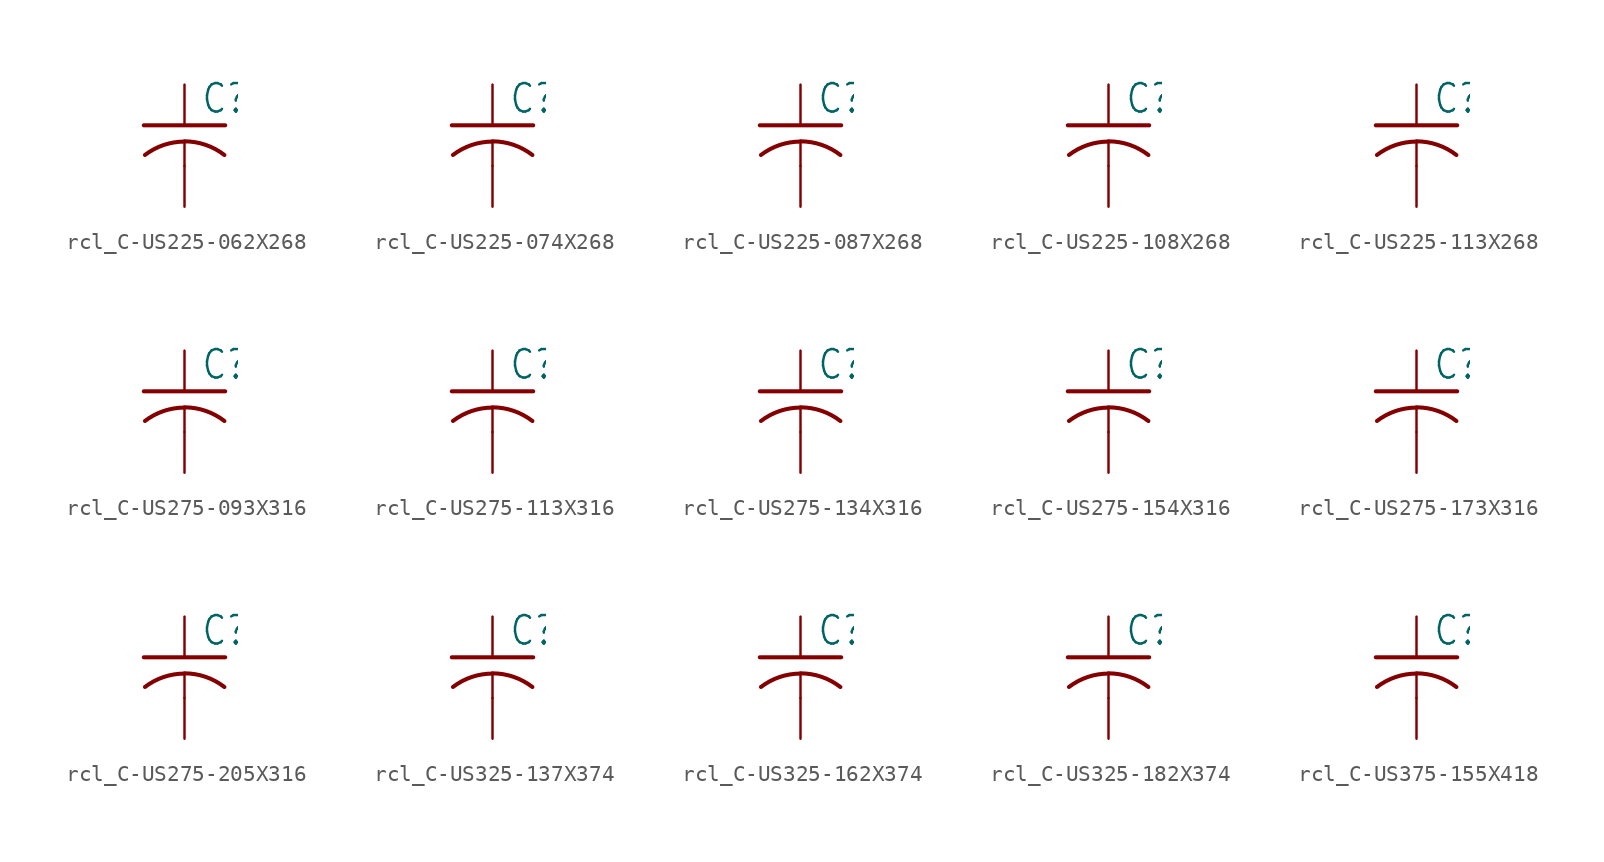
<source format=kicad_sym>
(kicad_symbol_lib
  (version 20231120)
  (generator "kicad_symbol_editor")
  (generator_version "8.0")
  (symbol "rcl_C-US225-062X268"
    (property "Reference" "C"
      (at 1.016 0.635 0)
      (effects (font (size 1.778 1.511)) (justify left bottom)))
    (property "Value" ""
      (at 1.016 -4.191 0)
      (effects (font (size 1.778 1.511)) (justify left bottom)))
    (property "ki_locked" ""
      (at 0 0 0)
      (effects (font (size 1.27 1.27))))
    (symbol "rcl_C-US225-062X268_1_0"
      (arc (start 0 -1.0161) (mid -1.302 -1.2303) (end -2.4668 -1.8504) (stroke (width 0.254) (type solid)) (fill (type none)))
      (polyline (pts (xy -2.54 0) (xy 2.54 0)) (stroke (width 0.254) (type solid)) (fill (type none)))
      (polyline (pts (xy 0 -1.016) (xy 0 -2.54)) (stroke (width 0.152) (type solid)) (fill (type none)))
      (arc (start 2.4892 -1.8541) (mid 1.3158 -1.2194) (end 0 -1) (stroke (width 0.254) (type solid)) (fill (type none)))
      (pin passive line (at 0 2.54 270) (length 2.54) (name "1" (effects (font (size 0 0)))) (number "1" (effects (font (size 0 0)))))
      (pin passive line (at 0 -5.08 90) (length 2.54) (name "2" (effects (font (size 0 0)))) (number "2" (effects (font (size 0 0)))))))
  (symbol "rcl_C-US225-074X268"
    (property "Reference" "C"
      (at 1.016 0.635 0)
      (effects (font (size 1.778 1.511)) (justify left bottom)))
    (property "Value" ""
      (at 1.016 -4.191 0)
      (effects (font (size 1.778 1.511)) (justify left bottom)))
    (property "ki_locked" ""
      (at 0 0 0)
      (effects (font (size 1.27 1.27))))
    (symbol "rcl_C-US225-074X268_1_0"
      (arc (start 0 -1.0161) (mid -1.302 -1.2303) (end -2.4668 -1.8504) (stroke (width 0.254) (type solid)) (fill (type none)))
      (polyline (pts (xy -2.54 0) (xy 2.54 0)) (stroke (width 0.254) (type solid)) (fill (type none)))
      (polyline (pts (xy 0 -1.016) (xy 0 -2.54)) (stroke (width 0.152) (type solid)) (fill (type none)))
      (arc (start 2.4892 -1.8541) (mid 1.3158 -1.2194) (end 0 -1) (stroke (width 0.254) (type solid)) (fill (type none)))
      (pin passive line (at 0 2.54 270) (length 2.54) (name "1" (effects (font (size 0 0)))) (number "1" (effects (font (size 0 0)))))
      (pin passive line (at 0 -5.08 90) (length 2.54) (name "2" (effects (font (size 0 0)))) (number "2" (effects (font (size 0 0)))))))
  (symbol "rcl_C-US225-087X268"
    (property "Reference" "C"
      (at 1.016 0.635 0)
      (effects (font (size 1.778 1.511)) (justify left bottom)))
    (property "Value" ""
      (at 1.016 -4.191 0)
      (effects (font (size 1.778 1.511)) (justify left bottom)))
    (property "ki_locked" ""
      (at 0 0 0)
      (effects (font (size 1.27 1.27))))
    (symbol "rcl_C-US225-087X268_1_0"
      (arc (start 0 -1.0161) (mid -1.302 -1.2303) (end -2.4668 -1.8504) (stroke (width 0.254) (type solid)) (fill (type none)))
      (polyline (pts (xy -2.54 0) (xy 2.54 0)) (stroke (width 0.254) (type solid)) (fill (type none)))
      (polyline (pts (xy 0 -1.016) (xy 0 -2.54)) (stroke (width 0.152) (type solid)) (fill (type none)))
      (arc (start 2.4892 -1.8541) (mid 1.3158 -1.2194) (end 0 -1) (stroke (width 0.254) (type solid)) (fill (type none)))
      (pin passive line (at 0 2.54 270) (length 2.54) (name "1" (effects (font (size 0 0)))) (number "1" (effects (font (size 0 0)))))
      (pin passive line (at 0 -5.08 90) (length 2.54) (name "2" (effects (font (size 0 0)))) (number "2" (effects (font (size 0 0)))))))
  (symbol "rcl_C-US225-108X268"
    (property "Reference" "C"
      (at 1.016 0.635 0)
      (effects (font (size 1.778 1.511)) (justify left bottom)))
    (property "Value" ""
      (at 1.016 -4.191 0)
      (effects (font (size 1.778 1.511)) (justify left bottom)))
    (property "ki_locked" ""
      (at 0 0 0)
      (effects (font (size 1.27 1.27))))
    (symbol "rcl_C-US225-108X268_1_0"
      (arc (start 0 -1.0161) (mid -1.302 -1.2303) (end -2.4668 -1.8504) (stroke (width 0.254) (type solid)) (fill (type none)))
      (polyline (pts (xy -2.54 0) (xy 2.54 0)) (stroke (width 0.254) (type solid)) (fill (type none)))
      (polyline (pts (xy 0 -1.016) (xy 0 -2.54)) (stroke (width 0.152) (type solid)) (fill (type none)))
      (arc (start 2.4892 -1.8541) (mid 1.3158 -1.2194) (end 0 -1) (stroke (width 0.254) (type solid)) (fill (type none)))
      (pin passive line (at 0 2.54 270) (length 2.54) (name "1" (effects (font (size 0 0)))) (number "1" (effects (font (size 0 0)))))
      (pin passive line (at 0 -5.08 90) (length 2.54) (name "2" (effects (font (size 0 0)))) (number "2" (effects (font (size 0 0)))))))
  (symbol "rcl_C-US225-113X268"
    (property "Reference" "C"
      (at 1.016 0.635 0)
      (effects (font (size 1.778 1.511)) (justify left bottom)))
    (property "Value" ""
      (at 1.016 -4.191 0)
      (effects (font (size 1.778 1.511)) (justify left bottom)))
    (property "ki_locked" ""
      (at 0 0 0)
      (effects (font (size 1.27 1.27))))
    (symbol "rcl_C-US225-113X268_1_0"
      (arc (start 0 -1.0161) (mid -1.302 -1.2303) (end -2.4668 -1.8504) (stroke (width 0.254) (type solid)) (fill (type none)))
      (polyline (pts (xy -2.54 0) (xy 2.54 0)) (stroke (width 0.254) (type solid)) (fill (type none)))
      (polyline (pts (xy 0 -1.016) (xy 0 -2.54)) (stroke (width 0.152) (type solid)) (fill (type none)))
      (arc (start 2.4892 -1.8541) (mid 1.3158 -1.2194) (end 0 -1) (stroke (width 0.254) (type solid)) (fill (type none)))
      (pin passive line (at 0 2.54 270) (length 2.54) (name "1" (effects (font (size 0 0)))) (number "1" (effects (font (size 0 0)))))
      (pin passive line (at 0 -5.08 90) (length 2.54) (name "2" (effects (font (size 0 0)))) (number "2" (effects (font (size 0 0)))))))
  (symbol "rcl_C-US275-093X316"
    (property "Reference" "C"
      (at 1.016 0.635 0)
      (effects (font (size 1.778 1.511)) (justify left bottom)))
    (property "Value" ""
      (at 1.016 -4.191 0)
      (effects (font (size 1.778 1.511)) (justify left bottom)))
    (property "ki_locked" ""
      (at 0 0 0)
      (effects (font (size 1.27 1.27))))
    (symbol "rcl_C-US275-093X316_1_0"
      (arc (start 0 -1.0161) (mid -1.302 -1.2303) (end -2.4668 -1.8504) (stroke (width 0.254) (type solid)) (fill (type none)))
      (polyline (pts (xy -2.54 0) (xy 2.54 0)) (stroke (width 0.254) (type solid)) (fill (type none)))
      (polyline (pts (xy 0 -1.016) (xy 0 -2.54)) (stroke (width 0.152) (type solid)) (fill (type none)))
      (arc (start 2.4892 -1.8541) (mid 1.3158 -1.2194) (end 0 -1) (stroke (width 0.254) (type solid)) (fill (type none)))
      (pin passive line (at 0 2.54 270) (length 2.54) (name "1" (effects (font (size 0 0)))) (number "1" (effects (font (size 0 0)))))
      (pin passive line (at 0 -5.08 90) (length 2.54) (name "2" (effects (font (size 0 0)))) (number "2" (effects (font (size 0 0)))))))
  (symbol "rcl_C-US275-113X316"
    (property "Reference" "C"
      (at 1.016 0.635 0)
      (effects (font (size 1.778 1.511)) (justify left bottom)))
    (property "Value" ""
      (at 1.016 -4.191 0)
      (effects (font (size 1.778 1.511)) (justify left bottom)))
    (property "ki_locked" ""
      (at 0 0 0)
      (effects (font (size 1.27 1.27))))
    (symbol "rcl_C-US275-113X316_1_0"
      (arc (start 0 -1.0161) (mid -1.302 -1.2303) (end -2.4668 -1.8504) (stroke (width 0.254) (type solid)) (fill (type none)))
      (polyline (pts (xy -2.54 0) (xy 2.54 0)) (stroke (width 0.254) (type solid)) (fill (type none)))
      (polyline (pts (xy 0 -1.016) (xy 0 -2.54)) (stroke (width 0.152) (type solid)) (fill (type none)))
      (arc (start 2.4892 -1.8541) (mid 1.3158 -1.2194) (end 0 -1) (stroke (width 0.254) (type solid)) (fill (type none)))
      (pin passive line (at 0 2.54 270) (length 2.54) (name "1" (effects (font (size 0 0)))) (number "1" (effects (font (size 0 0)))))
      (pin passive line (at 0 -5.08 90) (length 2.54) (name "2" (effects (font (size 0 0)))) (number "2" (effects (font (size 0 0)))))))
  (symbol "rcl_C-US275-134X316"
    (property "Reference" "C"
      (at 1.016 0.635 0)
      (effects (font (size 1.778 1.511)) (justify left bottom)))
    (property "Value" ""
      (at 1.016 -4.191 0)
      (effects (font (size 1.778 1.511)) (justify left bottom)))
    (property "ki_locked" ""
      (at 0 0 0)
      (effects (font (size 1.27 1.27))))
    (symbol "rcl_C-US275-134X316_1_0"
      (arc (start 0 -1.0161) (mid -1.302 -1.2303) (end -2.4668 -1.8504) (stroke (width 0.254) (type solid)) (fill (type none)))
      (polyline (pts (xy -2.54 0) (xy 2.54 0)) (stroke (width 0.254) (type solid)) (fill (type none)))
      (polyline (pts (xy 0 -1.016) (xy 0 -2.54)) (stroke (width 0.152) (type solid)) (fill (type none)))
      (arc (start 2.4892 -1.8541) (mid 1.3158 -1.2194) (end 0 -1) (stroke (width 0.254) (type solid)) (fill (type none)))
      (pin passive line (at 0 2.54 270) (length 2.54) (name "1" (effects (font (size 0 0)))) (number "1" (effects (font (size 0 0)))))
      (pin passive line (at 0 -5.08 90) (length 2.54) (name "2" (effects (font (size 0 0)))) (number "2" (effects (font (size 0 0)))))))
  (symbol "rcl_C-US275-154X316"
    (property "Reference" "C"
      (at 1.016 0.635 0)
      (effects (font (size 1.778 1.511)) (justify left bottom)))
    (property "Value" ""
      (at 1.016 -4.191 0)
      (effects (font (size 1.778 1.511)) (justify left bottom)))
    (property "ki_locked" ""
      (at 0 0 0)
      (effects (font (size 1.27 1.27))))
    (symbol "rcl_C-US275-154X316_1_0"
      (arc (start 0 -1.0161) (mid -1.302 -1.2303) (end -2.4668 -1.8504) (stroke (width 0.254) (type solid)) (fill (type none)))
      (polyline (pts (xy -2.54 0) (xy 2.54 0)) (stroke (width 0.254) (type solid)) (fill (type none)))
      (polyline (pts (xy 0 -1.016) (xy 0 -2.54)) (stroke (width 0.152) (type solid)) (fill (type none)))
      (arc (start 2.4892 -1.8541) (mid 1.3158 -1.2194) (end 0 -1) (stroke (width 0.254) (type solid)) (fill (type none)))
      (pin passive line (at 0 2.54 270) (length 2.54) (name "1" (effects (font (size 0 0)))) (number "1" (effects (font (size 0 0)))))
      (pin passive line (at 0 -5.08 90) (length 2.54) (name "2" (effects (font (size 0 0)))) (number "2" (effects (font (size 0 0)))))))
  (symbol "rcl_C-US275-173X316"
    (property "Reference" "C"
      (at 1.016 0.635 0)
      (effects (font (size 1.778 1.511)) (justify left bottom)))
    (property "Value" ""
      (at 1.016 -4.191 0)
      (effects (font (size 1.778 1.511)) (justify left bottom)))
    (property "ki_locked" ""
      (at 0 0 0)
      (effects (font (size 1.27 1.27))))
    (symbol "rcl_C-US275-173X316_1_0"
      (arc (start 0 -1.0161) (mid -1.302 -1.2303) (end -2.4668 -1.8504) (stroke (width 0.254) (type solid)) (fill (type none)))
      (polyline (pts (xy -2.54 0) (xy 2.54 0)) (stroke (width 0.254) (type solid)) (fill (type none)))
      (polyline (pts (xy 0 -1.016) (xy 0 -2.54)) (stroke (width 0.152) (type solid)) (fill (type none)))
      (arc (start 2.4892 -1.8541) (mid 1.3158 -1.2194) (end 0 -1) (stroke (width 0.254) (type solid)) (fill (type none)))
      (pin passive line (at 0 2.54 270) (length 2.54) (name "1" (effects (font (size 0 0)))) (number "1" (effects (font (size 0 0)))))
      (pin passive line (at 0 -5.08 90) (length 2.54) (name "2" (effects (font (size 0 0)))) (number "2" (effects (font (size 0 0)))))))
  (symbol "rcl_C-US275-205X316"
    (property "Reference" "C"
      (at 1.016 0.635 0)
      (effects (font (size 1.778 1.511)) (justify left bottom)))
    (property "Value" ""
      (at 1.016 -4.191 0)
      (effects (font (size 1.778 1.511)) (justify left bottom)))
    (property "ki_locked" ""
      (at 0 0 0)
      (effects (font (size 1.27 1.27))))
    (symbol "rcl_C-US275-205X316_1_0"
      (arc (start 0 -1.0161) (mid -1.302 -1.2303) (end -2.4668 -1.8504) (stroke (width 0.254) (type solid)) (fill (type none)))
      (polyline (pts (xy -2.54 0) (xy 2.54 0)) (stroke (width 0.254) (type solid)) (fill (type none)))
      (polyline (pts (xy 0 -1.016) (xy 0 -2.54)) (stroke (width 0.152) (type solid)) (fill (type none)))
      (arc (start 2.4892 -1.8541) (mid 1.3158 -1.2194) (end 0 -1) (stroke (width 0.254) (type solid)) (fill (type none)))
      (pin passive line (at 0 2.54 270) (length 2.54) (name "1" (effects (font (size 0 0)))) (number "1" (effects (font (size 0 0)))))
      (pin passive line (at 0 -5.08 90) (length 2.54) (name "2" (effects (font (size 0 0)))) (number "2" (effects (font (size 0 0)))))))
  (symbol "rcl_C-US325-137X374"
    (property "Reference" "C"
      (at 1.016 0.635 0)
      (effects (font (size 1.778 1.511)) (justify left bottom)))
    (property "Value" ""
      (at 1.016 -4.191 0)
      (effects (font (size 1.778 1.511)) (justify left bottom)))
    (property "ki_locked" ""
      (at 0 0 0)
      (effects (font (size 1.27 1.27))))
    (symbol "rcl_C-US325-137X374_1_0"
      (arc (start 0 -1.0161) (mid -1.302 -1.2303) (end -2.4668 -1.8504) (stroke (width 0.254) (type solid)) (fill (type none)))
      (polyline (pts (xy -2.54 0) (xy 2.54 0)) (stroke (width 0.254) (type solid)) (fill (type none)))
      (polyline (pts (xy 0 -1.016) (xy 0 -2.54)) (stroke (width 0.152) (type solid)) (fill (type none)))
      (arc (start 2.4892 -1.8541) (mid 1.3158 -1.2194) (end 0 -1) (stroke (width 0.254) (type solid)) (fill (type none)))
      (pin passive line (at 0 2.54 270) (length 2.54) (name "1" (effects (font (size 0 0)))) (number "1" (effects (font (size 0 0)))))
      (pin passive line (at 0 -5.08 90) (length 2.54) (name "2" (effects (font (size 0 0)))) (number "2" (effects (font (size 0 0)))))))
  (symbol "rcl_C-US325-162X374"
    (property "Reference" "C"
      (at 1.016 0.635 0)
      (effects (font (size 1.778 1.511)) (justify left bottom)))
    (property "Value" ""
      (at 1.016 -4.191 0)
      (effects (font (size 1.778 1.511)) (justify left bottom)))
    (property "ki_locked" ""
      (at 0 0 0)
      (effects (font (size 1.27 1.27))))
    (symbol "rcl_C-US325-162X374_1_0"
      (arc (start 0 -1.0161) (mid -1.302 -1.2303) (end -2.4668 -1.8504) (stroke (width 0.254) (type solid)) (fill (type none)))
      (polyline (pts (xy -2.54 0) (xy 2.54 0)) (stroke (width 0.254) (type solid)) (fill (type none)))
      (polyline (pts (xy 0 -1.016) (xy 0 -2.54)) (stroke (width 0.152) (type solid)) (fill (type none)))
      (arc (start 2.4892 -1.8541) (mid 1.3158 -1.2194) (end 0 -1) (stroke (width 0.254) (type solid)) (fill (type none)))
      (pin passive line (at 0 2.54 270) (length 2.54) (name "1" (effects (font (size 0 0)))) (number "1" (effects (font (size 0 0)))))
      (pin passive line (at 0 -5.08 90) (length 2.54) (name "2" (effects (font (size 0 0)))) (number "2" (effects (font (size 0 0)))))))
  (symbol "rcl_C-US325-182X374"
    (property "Reference" "C"
      (at 1.016 0.635 0)
      (effects (font (size 1.778 1.511)) (justify left bottom)))
    (property "Value" ""
      (at 1.016 -4.191 0)
      (effects (font (size 1.778 1.511)) (justify left bottom)))
    (property "ki_locked" ""
      (at 0 0 0)
      (effects (font (size 1.27 1.27))))
    (symbol "rcl_C-US325-182X374_1_0"
      (arc (start 0 -1.0161) (mid -1.302 -1.2303) (end -2.4668 -1.8504) (stroke (width 0.254) (type solid)) (fill (type none)))
      (polyline (pts (xy -2.54 0) (xy 2.54 0)) (stroke (width 0.254) (type solid)) (fill (type none)))
      (polyline (pts (xy 0 -1.016) (xy 0 -2.54)) (stroke (width 0.152) (type solid)) (fill (type none)))
      (arc (start 2.4892 -1.8541) (mid 1.3158 -1.2194) (end 0 -1) (stroke (width 0.254) (type solid)) (fill (type none)))
      (pin passive line (at 0 2.54 270) (length 2.54) (name "1" (effects (font (size 0 0)))) (number "1" (effects (font (size 0 0)))))
      (pin passive line (at 0 -5.08 90) (length 2.54) (name "2" (effects (font (size 0 0)))) (number "2" (effects (font (size 0 0)))))))
  (symbol "rcl_C-US375-155X418"
    (property "Reference" "C"
      (at 1.016 0.635 0)
      (effects (font (size 1.778 1.511)) (justify left bottom)))
    (property "Value" ""
      (at 1.016 -4.191 0)
      (effects (font (size 1.778 1.511)) (justify left bottom)))
    (property "ki_locked" ""
      (at 0 0 0)
      (effects (font (size 1.27 1.27))))
    (symbol "rcl_C-US375-155X418_1_0"
      (arc (start 0 -1.0161) (mid -1.302 -1.2303) (end -2.4668 -1.8504) (stroke (width 0.254) (type solid)) (fill (type none)))
      (polyline (pts (xy -2.54 0) (xy 2.54 0)) (stroke (width 0.254) (type solid)) (fill (type none)))
      (polyline (pts (xy 0 -1.016) (xy 0 -2.54)) (stroke (width 0.152) (type solid)) (fill (type none)))
      (arc (start 2.4892 -1.8541) (mid 1.3158 -1.2194) (end 0 -1) (stroke (width 0.254) (type solid)) (fill (type none)))
      (pin passive line (at 0 2.54 270) (length 2.54) (name "1" (effects (font (size 0 0)))) (number "1" (effects (font (size 0 0)))))
      (pin passive line (at 0 -5.08 90) (length 2.54) (name "2" (effects (font (size 0 0)))) (number "2" (effects (font (size 0 0))))))))
</source>
